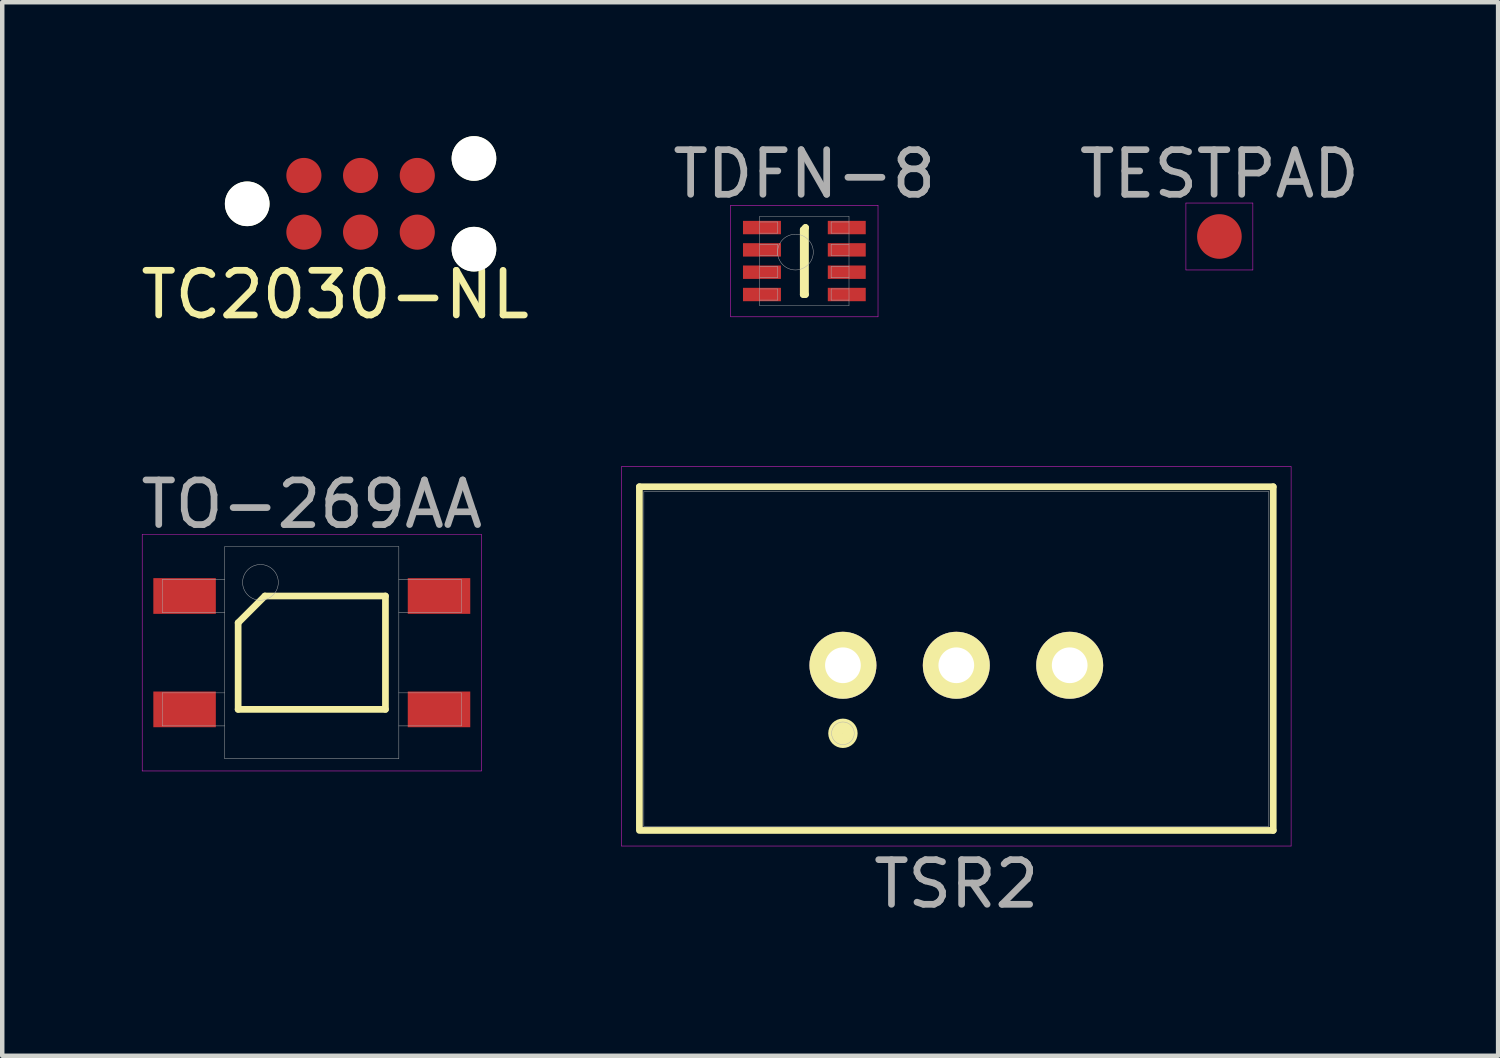
<source format=kicad_pcb>
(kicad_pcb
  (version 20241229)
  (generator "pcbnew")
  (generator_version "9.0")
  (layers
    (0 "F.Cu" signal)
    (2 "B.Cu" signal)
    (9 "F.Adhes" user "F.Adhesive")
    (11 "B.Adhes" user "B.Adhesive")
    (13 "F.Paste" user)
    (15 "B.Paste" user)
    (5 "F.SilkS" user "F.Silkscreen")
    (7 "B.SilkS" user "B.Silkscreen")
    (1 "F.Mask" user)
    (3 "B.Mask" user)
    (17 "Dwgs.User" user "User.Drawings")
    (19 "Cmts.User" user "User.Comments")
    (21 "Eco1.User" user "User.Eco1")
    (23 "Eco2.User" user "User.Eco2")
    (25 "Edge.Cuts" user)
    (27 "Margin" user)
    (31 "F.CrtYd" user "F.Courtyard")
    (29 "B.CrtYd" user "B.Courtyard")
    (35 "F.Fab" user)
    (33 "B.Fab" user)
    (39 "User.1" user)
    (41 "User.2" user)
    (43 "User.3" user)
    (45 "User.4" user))
  (footprint "TDFN-8"
    (layer "F.Cu")
    (at 14.97 2.798)
    (property "Reference" "TDFN-8" (at 0 -1.95 0) (layer "F.Fab") (effects (font (size 1 1) (thickness 0.15))))
    (attr smd)
    (fp_line (start -0.025 -0.7) (end 0.025 -0.75) (stroke (width 0.15) (type solid)) (layer "F.SilkS"))
    (fp_line (start -0.025 0.75) (end -0.025 -0.7) (stroke (width 0.15) (type solid)) (layer "F.SilkS"))
    (fp_line (start 0.025 -0.75) (end 0.025 -0.75) (stroke (width 0.15) (type solid)) (layer "F.SilkS"))
    (fp_line (start 0.025 -0.75) (end 0.025 0.75) (stroke (width 0.15) (type solid)) (layer "F.SilkS"))
    (fp_line (start 0.025 0.75) (end -0.025 0.75) (stroke (width 0.15) (type solid)) (layer "F.SilkS"))
    (fp_line (start -1.65 -1.25) (end 1.65 -1.25) (stroke (width 0.01) (type solid)) (layer "F.CrtYd"))
    (fp_line (start -1.65 1.25) (end -1.65 -1.25) (stroke (width 0.01) (type solid)) (layer "F.CrtYd"))
    (fp_line (start 1.65 -1.25) (end 1.65 1.25) (stroke (width 0.01) (type solid)) (layer "F.CrtYd"))
    (fp_line (start 1.65 1.25) (end -1.65 1.25) (stroke (width 0.01) (type solid)) (layer "F.CrtYd"))
    (fp_line (start -1 -1) (end 1 -1) (stroke (width 0.01) (type solid)) (layer "F.Fab"))
    (fp_line (start -1 -0.625) (end -0.6 -0.625) (stroke (width 0.01) (type solid)) (layer "F.Fab"))
    (fp_line (start -1 -0.125) (end -0.6 -0.125) (stroke (width 0.01) (type solid)) (layer "F.Fab"))
    (fp_line (start -1 0.375) (end -0.6 0.375) (stroke (width 0.01) (type solid)) (layer "F.Fab"))
    (fp_line (start -1 0.875) (end -0.6 0.875) (stroke (width 0.01) (type solid)) (layer "F.Fab"))
    (fp_line (start -1 1) (end -1 -1) (stroke (width 0.01) (type solid)) (layer "F.Fab"))
    (fp_line (start -0.6 -0.875) (end -1 -0.875) (stroke (width 0.01) (type solid)) (layer "F.Fab"))
    (fp_line (start -0.6 -0.625) (end -0.6 -0.875) (stroke (width 0.01) (type solid)) (layer "F.Fab"))
    (fp_line (start -0.6 -0.375) (end -1 -0.375) (stroke (width 0.01) (type solid)) (layer "F.Fab"))
    (fp_line (start -0.6 -0.125) (end -0.6 -0.375) (stroke (width 0.01) (type solid)) (layer "F.Fab"))
    (fp_line (start -0.6 0.125) (end -1 0.125) (stroke (width 0.01) (type solid)) (layer "F.Fab"))
    (fp_line (start -0.6 0.375) (end -0.6 0.125) (stroke (width 0.01) (type solid)) (layer "F.Fab"))
    (fp_line (start -0.6 0.625) (end -1 0.625) (stroke (width 0.01) (type solid)) (layer "F.Fab"))
    (fp_line (start -0.6 0.875) (end -0.6 0.625) (stroke (width 0.01) (type solid)) (layer "F.Fab"))
    (fp_line (start 0.6 -0.875) (end 0.6 -0.625) (stroke (width 0.01) (type solid)) (layer "F.Fab"))
    (fp_line (start 0.6 -0.625) (end 1 -0.625) (stroke (width 0.01) (type solid)) (layer "F.Fab"))
    (fp_line (start 0.6 -0.375) (end 0.6 -0.125) (stroke (width 0.01) (type solid)) (layer "F.Fab"))
    (fp_line (start 0.6 -0.125) (end 1 -0.125) (stroke (width 0.01) (type solid)) (layer "F.Fab"))
    (fp_line (start 0.6 0.125) (end 0.6 0.375) (stroke (width 0.01) (type solid)) (layer "F.Fab"))
    (fp_line (start 0.6 0.375) (end 1 0.375) (stroke (width 0.01) (type solid)) (layer "F.Fab"))
    (fp_line (start 0.6 0.625) (end 0.6 0.875) (stroke (width 0.01) (type solid)) (layer "F.Fab"))
    (fp_line (start 0.6 0.875) (end 1 0.875) (stroke (width 0.01) (type solid)) (layer "F.Fab"))
    (fp_line (start 1 -1) (end 1 1) (stroke (width 0.01) (type solid)) (layer "F.Fab"))
    (fp_line (start 1 -0.875) (end 0.6 -0.875) (stroke (width 0.01) (type solid)) (layer "F.Fab"))
    (fp_line (start 1 -0.375) (end 0.6 -0.375) (stroke (width 0.01) (type solid)) (layer "F.Fab"))
    (fp_line (start 1 0.125) (end 0.6 0.125) (stroke (width 0.01) (type solid)) (layer "F.Fab"))
    (fp_line (start 1 0.625) (end 0.6 0.625) (stroke (width 0.01) (type solid)) (layer "F.Fab"))
    (fp_line (start 1 1) (end -1 1) (stroke (width 0.01) (type solid)) (layer "F.Fab"))
    (fp_circle (center -0.2 -0.2) (end -0.2 0.2) (stroke (width 0.01) (type solid)) (fill no) (layer "F.Fab"))
    (pad "1" smd rect (at -0.95 -0.75) (size 0.85 0.3) (layers "F.Cu" "F.Mask" "F.Paste"))
    (pad "2" smd rect (at -0.95 -0.25) (size 0.85 0.3) (layers "F.Cu" "F.Mask" "F.Paste"))
    (pad "3" smd rect (at -0.95 0.25) (size 0.85 0.3) (layers "F.Cu" "F.Mask" "F.Paste"))
    (pad "4" smd rect (at -0.95 0.75) (size 0.85 0.3) (layers "F.Cu" "F.Mask" "F.Paste"))
    (pad "5" smd rect (at 0.95 0.75) (size 0.85 0.3) (layers "F.Cu" "F.Mask" "F.Paste"))
    (pad "6" smd rect (at 0.95 0.25) (size 0.85 0.3) (layers "F.Cu" "F.Mask" "F.Paste"))
    (pad "7" smd rect (at 0.95 -0.25) (size 0.85 0.3) (layers "F.Cu" "F.Mask" "F.Paste"))
    (pad "8" smd rect (at 0.95 -0.75) (size 0.85 0.3) (layers "F.Cu" "F.Mask" "F.Paste")))
  (footprint "TSR2"
    (layer "F.Cu")
    (at 18.374 11.854)
    (property "Reference" "TSR2" (at 0 4.9 0) (layer "F.Fab") (effects (font (size 1 1) (thickness 0.15))))
    (attr through_hole)
    (fp_line (start -7.1 -4) (end -7.1 3.7) (stroke (width 0.15) (type solid)) (layer "F.SilkS"))
    (fp_line (start -7.05 3.7) (end 7.1 3.7) (stroke (width 0.15) (type solid)) (layer "F.SilkS"))
    (fp_line (start 7.1 -4) (end -7.1 -4) (stroke (width 0.15) (type solid)) (layer "F.SilkS"))
    (fp_line (start 7.1 3.7) (end 7.1 -4) (stroke (width 0.15) (type solid)) (layer "F.SilkS"))
    (fp_circle (center -2.54 1.524) (end -2.464 1.524) (stroke (width 0.15) (type solid)) (fill no) (layer "F.SilkS"))
    (fp_circle (center -2.54 1.524) (end -2.413 1.524) (stroke (width 0.15) (type solid)) (fill no) (layer "F.SilkS"))
    (fp_circle (center -2.54 1.524) (end -2.286 1.524) (stroke (width 0.15) (type solid)) (fill no) (layer "F.SilkS"))
    (fp_line (start -7.5 -4.45) (end -7.5 4.05) (stroke (width 0.01) (type solid)) (layer "F.CrtYd"))
    (fp_line (start -7.5 4.05) (end 7.5 4.05) (stroke (width 0.01) (type solid)) (layer "F.CrtYd"))
    (fp_line (start 7.5 -4.45) (end -7.5 -4.45) (stroke (width 0.01) (type solid)) (layer "F.CrtYd"))
    (fp_line (start 7.5 4.05) (end 7.5 -4.45) (stroke (width 0.01) (type solid)) (layer "F.CrtYd"))
    (fp_line (start -7 -3.89) (end -7 3.61) (stroke (width 0.01) (type solid)) (layer "F.Fab"))
    (fp_line (start -7 3.61) (end 7 3.61) (stroke (width 0.01) (type solid)) (layer "F.Fab"))
    (fp_line (start 7 -3.89) (end -7 -3.89) (stroke (width 0.01) (type solid)) (layer "F.Fab"))
    (fp_line (start 7 3.61) (end 7 -3.89) (stroke (width 0.01) (type solid)) (layer "F.Fab"))
    (fp_circle (center -2.54 1.524) (end -2.286 1.524) (stroke (width 0.01) (type solid)) (fill no) (layer "F.Fab"))
    (pad "1" thru_hole circle (at -2.54 0) (size 1.5 1.5) (drill 0.8) (layers "*.Cu" "*.Mask" "F.SilkS"))
    (pad "2" thru_hole circle (at 0 0) (size 1.5 1.5) (drill 0.8) (layers "*.Cu" "*.Mask" "F.SilkS"))
    (pad "3" thru_hole circle (at 2.54 0) (size 1.5 1.5) (drill 0.8) (layers "*.Cu" "*.Mask" "F.SilkS")))
  (footprint "TC2030-NL"
    (layer "F.Cu")
    (at 3.758 2.151)
    (property "Reference" "TC2030-NL" (at 0.7 1.4 0) (layer "F.SilkS") (effects (font (size 1 1) (thickness 0.15))))
    (attr through_hole)
    (pad "" np_thru_hole circle (at -1.27 -0.635) (size 1 1) (drill 1) (layers "*.Cu" "*.Mask" "F.SilkS"))
    (pad "" np_thru_hole circle (at 3.81 -1.651) (size 1 1) (drill 1) (layers "*.Cu" "*.Mask" "F.SilkS"))
    (pad "" np_thru_hole circle (at 3.81 0.381) (size 1 1) (drill 1) (layers "*.Cu" "*.Mask" "F.SilkS"))
    (pad "1" smd circle (at 0 0) (size 0.787 0.787) (layers "F.Cu" "F.Mask"))
    (pad "2" smd circle (at 0 -1.27) (size 0.787 0.787) (layers "F.Cu" "F.Mask"))
    (pad "3" smd circle (at 1.27 0) (size 0.787 0.787) (layers "F.Cu" "F.Mask"))
    (pad "4" smd circle (at 1.27 -1.27) (size 0.787 0.787) (layers "F.Cu" "F.Mask"))
    (pad "5" smd circle (at 2.54 0) (size 0.787 0.787) (layers "F.Cu" "F.Mask"))
    (pad "6" smd circle (at 2.54 -1.27) (size 0.787 0.787) (layers "F.Cu" "F.Mask")))
  (footprint "TO-269AA"
    (layer "F.Cu")
    (at 3.935 11.572)
    (property "Reference" "TO-269AA" (at 0 -3.325 0) (layer "F.Fab") (effects (font (size 1 1) (thickness 0.15))))
    (attr smd)
    (fp_line (start -1.65 -0.67) (end -1.05 -1.27) (stroke (width 0.15) (type solid)) (layer "F.SilkS"))
    (fp_line (start -1.65 1.27) (end -1.65 -0.67) (stroke (width 0.15) (type solid)) (layer "F.SilkS"))
    (fp_line (start -1.05 -1.27) (end 1.65 -1.27) (stroke (width 0.15) (type solid)) (layer "F.SilkS"))
    (fp_line (start 1.65 -1.27) (end 1.65 1.27) (stroke (width 0.15) (type solid)) (layer "F.SilkS"))
    (fp_line (start 1.65 1.27) (end -1.65 1.27) (stroke (width 0.15) (type solid)) (layer "F.SilkS"))
    (fp_line (start -3.8 -2.65) (end 3.8 -2.65) (stroke (width 0.01) (type solid)) (layer "F.CrtYd"))
    (fp_line (start -3.8 2.65) (end -3.8 -2.65) (stroke (width 0.01) (type solid)) (layer "F.CrtYd"))
    (fp_line (start 3.8 -2.65) (end 3.8 2.65) (stroke (width 0.01) (type solid)) (layer "F.CrtYd"))
    (fp_line (start 3.8 2.65) (end -3.8 2.65) (stroke (width 0.01) (type solid)) (layer "F.CrtYd"))
    (fp_line (start -3.35 -1.64) (end -1.95 -1.64) (stroke (width 0.01) (type solid)) (layer "F.Fab"))
    (fp_line (start -3.35 -0.9) (end -3.35 -1.64) (stroke (width 0.01) (type solid)) (layer "F.Fab"))
    (fp_line (start -3.35 0.9) (end -1.95 0.9) (stroke (width 0.01) (type solid)) (layer "F.Fab"))
    (fp_line (start -3.35 1.64) (end -3.35 0.9) (stroke (width 0.01) (type solid)) (layer "F.Fab"))
    (fp_line (start -1.95 -2.375) (end 1.95 -2.375) (stroke (width 0.01) (type solid)) (layer "F.Fab"))
    (fp_line (start -1.95 -0.9) (end -3.35 -0.9) (stroke (width 0.01) (type solid)) (layer "F.Fab"))
    (fp_line (start -1.95 1.64) (end -3.35 1.64) (stroke (width 0.01) (type solid)) (layer "F.Fab"))
    (fp_line (start -1.95 2.375) (end -1.95 -2.375) (stroke (width 0.01) (type solid)) (layer "F.Fab"))
    (fp_line (start 1.95 -2.375) (end 1.95 2.375) (stroke (width 0.01) (type solid)) (layer "F.Fab"))
    (fp_line (start 1.95 -1.64) (end 3.35 -1.64) (stroke (width 0.01) (type solid)) (layer "F.Fab"))
    (fp_line (start 1.95 0.9) (end 3.35 0.9) (stroke (width 0.01) (type solid)) (layer "F.Fab"))
    (fp_line (start 1.95 2.375) (end -1.95 2.375) (stroke (width 0.01) (type solid)) (layer "F.Fab"))
    (fp_line (start 3.35 -1.64) (end 3.35 -0.9) (stroke (width 0.01) (type solid)) (layer "F.Fab"))
    (fp_line (start 3.35 -0.9) (end 1.95 -0.9) (stroke (width 0.01) (type solid)) (layer "F.Fab"))
    (fp_line (start 3.35 0.9) (end 3.35 1.64) (stroke (width 0.01) (type solid)) (layer "F.Fab"))
    (fp_line (start 3.35 1.64) (end 1.95 1.64) (stroke (width 0.01) (type solid)) (layer "F.Fab"))
    (fp_circle (center -1.15 -1.575) (end -1.15 -1.175) (stroke (width 0.01) (type solid)) (fill no) (layer "F.Fab"))
    (pad "1" smd rect (at -2.85 -1.27) (size 1.4 0.8) (layers "F.Cu" "F.Mask" "F.Paste"))
    (pad "2" smd rect (at -2.85 1.27) (size 1.4 0.8) (layers "F.Cu" "F.Mask" "F.Paste"))
    (pad "3" smd rect (at 2.85 1.27) (size 1.4 0.8) (layers "F.Cu" "F.Mask" "F.Paste"))
    (pad "4" smd rect (at 2.85 -1.27) (size 1.4 0.8) (layers "F.Cu" "F.Mask" "F.Paste")))
  (footprint "TESTPAD"
    (layer "F.Cu")
    (at 24.268 2.248)
    (property "Reference" "TESTPAD" (at 0 -1.4 0) (layer "F.Fab") (effects (font (size 1 1) (thickness 0.15))))
    (attr exclude_from_pos_files exclude_from_bom)
    (fp_line (start -0.75 -0.75) (end -0.75 0.75) (stroke (width 0.01) (type solid)) (layer "F.CrtYd"))
    (fp_line (start -0.75 0.75) (end 0.75 0.75) (stroke (width 0.01) (type solid)) (layer "F.CrtYd"))
    (fp_line (start 0.75 -0.75) (end -0.75 -0.75) (stroke (width 0.01) (type solid)) (layer "F.CrtYd"))
    (fp_line (start 0.75 0.75) (end 0.75 -0.75) (stroke (width 0.01) (type solid)) (layer "F.CrtYd"))
    (pad "1" smd circle (at 0 0) (size 1 1) (layers "F.Cu" "F.Mask")))
  (gr_rect
    (start -3 -3)
    (end 30.512 20.602)
    (stroke (width 0.1) (type default))
    (fill no)
    (layer "Edge.Cuts")))
</source>
